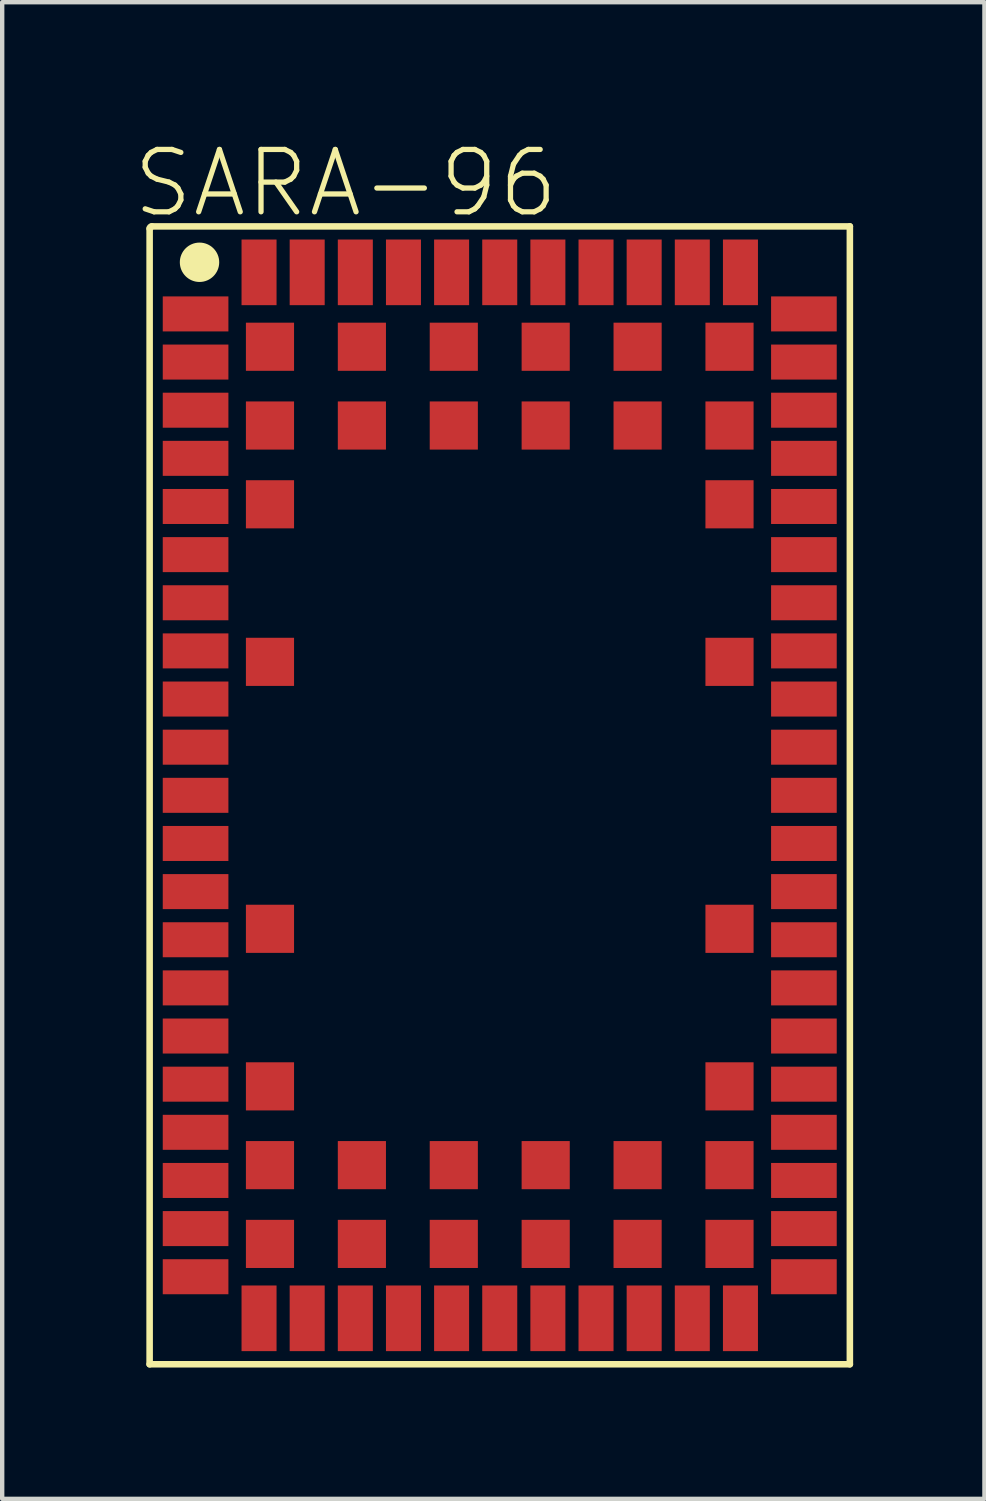
<source format=kicad_pcb>
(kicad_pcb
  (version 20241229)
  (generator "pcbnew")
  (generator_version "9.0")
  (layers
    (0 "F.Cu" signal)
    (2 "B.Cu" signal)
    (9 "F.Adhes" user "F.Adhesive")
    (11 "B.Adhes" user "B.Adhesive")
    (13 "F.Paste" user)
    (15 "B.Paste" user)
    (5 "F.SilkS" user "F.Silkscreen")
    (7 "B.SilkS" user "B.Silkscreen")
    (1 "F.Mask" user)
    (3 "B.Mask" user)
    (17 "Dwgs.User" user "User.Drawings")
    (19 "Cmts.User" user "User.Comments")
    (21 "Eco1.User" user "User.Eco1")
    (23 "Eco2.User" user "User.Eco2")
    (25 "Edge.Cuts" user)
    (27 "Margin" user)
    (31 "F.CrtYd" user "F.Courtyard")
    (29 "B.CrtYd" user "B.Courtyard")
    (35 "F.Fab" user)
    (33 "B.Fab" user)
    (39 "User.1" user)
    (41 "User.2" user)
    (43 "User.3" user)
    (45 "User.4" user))
  (footprint "SARA-96"
    (layer "F.Cu")
    (at 8.369 15.123)
    (property "Reference" "SARA-96" (at 1.41 -14.82 0) (layer "F.SilkS") (effects (font (size 1.425 1.425) (thickness 0.12)) (justify right top)))
    (attr through_hole)
    (fp_line (start -8 13) (end -8 -12.95) (stroke (width 0.15) (type solid)) (layer "F.SilkS"))
    (fp_line (start -7.95 -13) (end 8 -13) (stroke (width 0.15) (type solid)) (layer "F.SilkS"))
    (fp_line (start 8 -13) (end 8 13) (stroke (width 0.15) (type solid)) (layer "F.SilkS"))
    (fp_line (start 8 13) (end -8 13) (stroke (width 0.15) (type solid)) (layer "F.SilkS"))
    (fp_arc (start -8 -12.95) (mid -7.985355 -12.985355) (end -7.95 -13) (stroke (width 0.15) (type solid)) (layer "F.SilkS"))
    (fp_circle (center -6.86 -12.18) (end -6.41 -12.18) (stroke (width 0) (type solid)) (fill yes) (layer "F.SilkS"))
    (pad "1" smd rect (at -6.95 -11 90) (size 0.8 1.5) (layers "F.Cu" "F.Mask" "F.Paste"))
    (pad "2" smd rect (at -6.95 -9.9 90) (size 0.8 1.5) (layers "F.Cu" "F.Mask" "F.Paste"))
    (pad "3" smd rect (at -6.95 -8.8 90) (size 0.8 1.5) (layers "F.Cu" "F.Mask" "F.Paste"))
    (pad "4" smd rect (at -6.95 -7.7 90) (size 0.8 1.5) (layers "F.Cu" "F.Mask" "F.Paste"))
    (pad "5" smd rect (at -6.95 -6.6 90) (size 0.8 1.5) (layers "F.Cu" "F.Mask" "F.Paste"))
    (pad "6" smd rect (at -6.95 -5.5 90) (size 0.8 1.5) (layers "F.Cu" "F.Mask" "F.Paste"))
    (pad "7" smd rect (at -6.95 -4.4 90) (size 0.8 1.5) (layers "F.Cu" "F.Mask" "F.Paste"))
    (pad "8" smd rect (at -6.95 -3.3 90) (size 0.8 1.5) (layers "F.Cu" "F.Mask" "F.Paste"))
    (pad "9" smd rect (at -6.95 -2.2 90) (size 0.8 1.5) (layers "F.Cu" "F.Mask" "F.Paste"))
    (pad "10" smd rect (at -6.95 -1.1 90) (size 0.8 1.5) (layers "F.Cu" "F.Mask" "F.Paste"))
    (pad "11" smd rect (at -6.95 0 90) (size 0.8 1.5) (layers "F.Cu" "F.Mask" "F.Paste"))
    (pad "12" smd rect (at -6.95 1.1 90) (size 0.8 1.5) (layers "F.Cu" "F.Mask" "F.Paste"))
    (pad "13" smd rect (at -6.95 2.2 90) (size 0.8 1.5) (layers "F.Cu" "F.Mask" "F.Paste"))
    (pad "14" smd rect (at -6.95 3.3 90) (size 0.8 1.5) (layers "F.Cu" "F.Mask" "F.Paste"))
    (pad "15" smd rect (at -6.95 4.4 90) (size 0.8 1.5) (layers "F.Cu" "F.Mask" "F.Paste"))
    (pad "16" smd rect (at -6.95 5.5 90) (size 0.8 1.5) (layers "F.Cu" "F.Mask" "F.Paste"))
    (pad "17" smd rect (at -6.95 6.6 90) (size 0.8 1.5) (layers "F.Cu" "F.Mask" "F.Paste"))
    (pad "18" smd rect (at -6.95 7.7 90) (size 0.8 1.5) (layers "F.Cu" "F.Mask" "F.Paste"))
    (pad "19" smd rect (at -6.95 8.8 90) (size 0.8 1.5) (layers "F.Cu" "F.Mask" "F.Paste"))
    (pad "20" smd rect (at -6.95 9.9 90) (size 0.8 1.5) (layers "F.Cu" "F.Mask" "F.Paste"))
    (pad "21" smd rect (at -6.95 11 90) (size 0.8 1.5) (layers "F.Cu" "F.Mask" "F.Paste"))
    (pad "22" smd rect (at -5.5 11.95) (size 0.8 1.5) (layers "F.Cu" "F.Mask" "F.Paste"))
    (pad "23" smd rect (at -4.4 11.95) (size 0.8 1.5) (layers "F.Cu" "F.Mask" "F.Paste"))
    (pad "24" smd rect (at -3.3 11.95) (size 0.8 1.5) (layers "F.Cu" "F.Mask" "F.Paste"))
    (pad "25" smd rect (at -2.2 11.95) (size 0.8 1.5) (layers "F.Cu" "F.Mask" "F.Paste"))
    (pad "26" smd rect (at -1.1 11.95) (size 0.8 1.5) (layers "F.Cu" "F.Mask" "F.Paste"))
    (pad "27" smd rect (at 0 11.95) (size 0.8 1.5) (layers "F.Cu" "F.Mask" "F.Paste"))
    (pad "28" smd rect (at 1.1 11.95) (size 0.8 1.5) (layers "F.Cu" "F.Mask" "F.Paste"))
    (pad "29" smd rect (at 2.2 11.95) (size 0.8 1.5) (layers "F.Cu" "F.Mask" "F.Paste"))
    (pad "30" smd rect (at 3.3 11.95) (size 0.8 1.5) (layers "F.Cu" "F.Mask" "F.Paste"))
    (pad "31" smd rect (at 4.4 11.95) (size 0.8 1.5) (layers "F.Cu" "F.Mask" "F.Paste"))
    (pad "32" smd rect (at 5.5 11.95) (size 0.8 1.5) (layers "F.Cu" "F.Mask" "F.Paste"))
    (pad "33" smd rect (at 6.95 11 90) (size 0.8 1.5) (layers "F.Cu" "F.Mask" "F.Paste"))
    (pad "34" smd rect (at 6.95 9.9 90) (size 0.8 1.5) (layers "F.Cu" "F.Mask" "F.Paste"))
    (pad "35" smd rect (at 6.95 8.8 90) (size 0.8 1.5) (layers "F.Cu" "F.Mask" "F.Paste"))
    (pad "36" smd rect (at 6.95 7.7 90) (size 0.8 1.5) (layers "F.Cu" "F.Mask" "F.Paste"))
    (pad "37" smd rect (at 6.95 6.6 90) (size 0.8 1.5) (layers "F.Cu" "F.Mask" "F.Paste"))
    (pad "38" smd rect (at 6.95 5.5 90) (size 0.8 1.5) (layers "F.Cu" "F.Mask" "F.Paste"))
    (pad "39" smd rect (at 6.95 4.4 90) (size 0.8 1.5) (layers "F.Cu" "F.Mask" "F.Paste"))
    (pad "40" smd rect (at 6.95 3.3 90) (size 0.8 1.5) (layers "F.Cu" "F.Mask" "F.Paste"))
    (pad "41" smd rect (at 6.95 2.2 90) (size 0.8 1.5) (layers "F.Cu" "F.Mask" "F.Paste"))
    (pad "42" smd rect (at 6.95 1.1 90) (size 0.8 1.5) (layers "F.Cu" "F.Mask" "F.Paste"))
    (pad "43" smd rect (at 6.95 0 90) (size 0.8 1.5) (layers "F.Cu" "F.Mask" "F.Paste"))
    (pad "44" smd rect (at 6.95 -1.1 90) (size 0.8 1.5) (layers "F.Cu" "F.Mask" "F.Paste"))
    (pad "45" smd rect (at 6.95 -2.2 90) (size 0.8 1.5) (layers "F.Cu" "F.Mask" "F.Paste"))
    (pad "46" smd rect (at 6.95 -3.3 90) (size 0.8 1.5) (layers "F.Cu" "F.Mask" "F.Paste"))
    (pad "47" smd rect (at 6.95 -4.4 90) (size 0.8 1.5) (layers "F.Cu" "F.Mask" "F.Paste"))
    (pad "48" smd rect (at 6.95 -5.5 90) (size 0.8 1.5) (layers "F.Cu" "F.Mask" "F.Paste"))
    (pad "49" smd rect (at 6.95 -6.6 90) (size 0.8 1.5) (layers "F.Cu" "F.Mask" "F.Paste"))
    (pad "50" smd rect (at 6.95 -7.7 90) (size 0.8 1.5) (layers "F.Cu" "F.Mask" "F.Paste"))
    (pad "51" smd rect (at 6.95 -8.8 90) (size 0.8 1.5) (layers "F.Cu" "F.Mask" "F.Paste"))
    (pad "52" smd rect (at 6.95 -9.9 90) (size 0.8 1.5) (layers "F.Cu" "F.Mask" "F.Paste"))
    (pad "53" smd rect (at 6.95 -11 90) (size 0.8 1.5) (layers "F.Cu" "F.Mask" "F.Paste"))
    (pad "54" smd rect (at 5.5 -11.95) (size 0.8 1.5) (layers "F.Cu" "F.Mask" "F.Paste"))
    (pad "55" smd rect (at 4.4 -11.95) (size 0.8 1.5) (layers "F.Cu" "F.Mask" "F.Paste"))
    (pad "56" smd rect (at 3.3 -11.95) (size 0.8 1.5) (layers "F.Cu" "F.Mask" "F.Paste"))
    (pad "57" smd rect (at 2.2 -11.95) (size 0.8 1.5) (layers "F.Cu" "F.Mask" "F.Paste"))
    (pad "58" smd rect (at 1.1 -11.95) (size 0.8 1.5) (layers "F.Cu" "F.Mask" "F.Paste"))
    (pad "59" smd rect (at 0 -11.95) (size 0.8 1.5) (layers "F.Cu" "F.Mask" "F.Paste"))
    (pad "60" smd rect (at -1.1 -11.95) (size 0.8 1.5) (layers "F.Cu" "F.Mask" "F.Paste"))
    (pad "61" smd rect (at -2.2 -11.95) (size 0.8 1.5) (layers "F.Cu" "F.Mask" "F.Paste"))
    (pad "62" smd rect (at -3.3 -11.95) (size 0.8 1.5) (layers "F.Cu" "F.Mask" "F.Paste"))
    (pad "63" smd rect (at -4.4 -11.95) (size 0.8 1.5) (layers "F.Cu" "F.Mask" "F.Paste"))
    (pad "64" smd rect (at -5.5 -11.95) (size 0.8 1.5) (layers "F.Cu" "F.Mask" "F.Paste"))
    (pad "65" smd rect (at -5.25 -10.25) (size 1.1 1.1) (layers "F.Cu" "F.Mask" "F.Paste"))
    (pad "66" smd rect (at -3.15 -10.25) (size 1.1 1.1) (layers "F.Cu" "F.Mask" "F.Paste"))
    (pad "67" smd rect (at -1.05 -10.25) (size 1.1 1.1) (layers "F.Cu" "F.Mask" "F.Paste"))
    (pad "68" smd rect (at 1.05 -10.25) (size 1.1 1.1) (layers "F.Cu" "F.Mask" "F.Paste"))
    (pad "69" smd rect (at 3.15 -10.25) (size 1.1 1.1) (layers "F.Cu" "F.Mask" "F.Paste"))
    (pad "70" smd rect (at 5.25 -10.25) (size 1.1 1.1) (layers "F.Cu" "F.Mask" "F.Paste"))
    (pad "71" smd rect (at -5.25 -8.45) (size 1.1 1.1) (layers "F.Cu" "F.Mask" "F.Paste"))
    (pad "72" smd rect (at -3.15 -8.45) (size 1.1 1.1) (layers "F.Cu" "F.Mask" "F.Paste"))
    (pad "73" smd rect (at -1.05 -8.45) (size 1.1 1.1) (layers "F.Cu" "F.Mask" "F.Paste"))
    (pad "74" smd rect (at 1.05 -8.45) (size 1.1 1.1) (layers "F.Cu" "F.Mask" "F.Paste"))
    (pad "75" smd rect (at 3.15 -8.45) (size 1.1 1.1) (layers "F.Cu" "F.Mask" "F.Paste"))
    (pad "76" smd rect (at 5.25 -8.45) (size 1.1 1.1) (layers "F.Cu" "F.Mask" "F.Paste"))
    (pad "77" smd rect (at -5.25 -6.65) (size 1.1 1.1) (layers "F.Cu" "F.Mask" "F.Paste"))
    (pad "78" smd rect (at 5.25 -6.65) (size 1.1 1.1) (layers "F.Cu" "F.Mask" "F.Paste"))
    (pad "79" smd rect (at -5.25 -3.05) (size 1.1 1.1) (layers "F.Cu" "F.Mask" "F.Paste"))
    (pad "80" smd rect (at 5.25 -3.05) (size 1.1 1.1) (layers "F.Cu" "F.Mask" "F.Paste"))
    (pad "81" smd rect (at -5.25 3.05 180) (size 1.1 1.1) (layers "F.Cu" "F.Mask" "F.Paste"))
    (pad "82" smd rect (at 5.25 3.05 180) (size 1.1 1.1) (layers "F.Cu" "F.Mask" "F.Paste"))
    (pad "83" smd rect (at -5.25 6.65 180) (size 1.1 1.1) (layers "F.Cu" "F.Mask" "F.Paste"))
    (pad "84" smd rect (at 5.25 6.65 180) (size 1.1 1.1) (layers "F.Cu" "F.Mask" "F.Paste"))
    (pad "85" smd rect (at -5.25 8.45 180) (size 1.1 1.1) (layers "F.Cu" "F.Mask" "F.Paste"))
    (pad "86" smd rect (at -3.15 8.45 180) (size 1.1 1.1) (layers "F.Cu" "F.Mask" "F.Paste"))
    (pad "87" smd rect (at -1.05 8.45 180) (size 1.1 1.1) (layers "F.Cu" "F.Mask" "F.Paste"))
    (pad "88" smd rect (at 1.05 8.45 180) (size 1.1 1.1) (layers "F.Cu" "F.Mask" "F.Paste"))
    (pad "89" smd rect (at 3.15 8.45 180) (size 1.1 1.1) (layers "F.Cu" "F.Mask" "F.Paste"))
    (pad "90" smd rect (at 5.25 8.45 180) (size 1.1 1.1) (layers "F.Cu" "F.Mask" "F.Paste"))
    (pad "91" smd rect (at -5.25 10.25 180) (size 1.1 1.1) (layers "F.Cu" "F.Mask" "F.Paste"))
    (pad "92" smd rect (at -3.15 10.25 180) (size 1.1 1.1) (layers "F.Cu" "F.Mask" "F.Paste"))
    (pad "93" smd rect (at -1.05 10.25 180) (size 1.1 1.1) (layers "F.Cu" "F.Mask" "F.Paste"))
    (pad "94" smd rect (at 1.05 10.25 180) (size 1.1 1.1) (layers "F.Cu" "F.Mask" "F.Paste"))
    (pad "95" smd rect (at 3.15 10.25 180) (size 1.1 1.1) (layers "F.Cu" "F.Mask" "F.Paste"))
    (pad "96" smd rect (at 5.25 10.25 180) (size 1.1 1.1) (layers "F.Cu" "F.Mask" "F.Paste")))
  (gr_rect
    (start -3 -3)
    (end 19.444 31.198)
    (stroke (width 0.1) (type default))
    (fill no)
    (layer "Edge.Cuts")))
</source>
